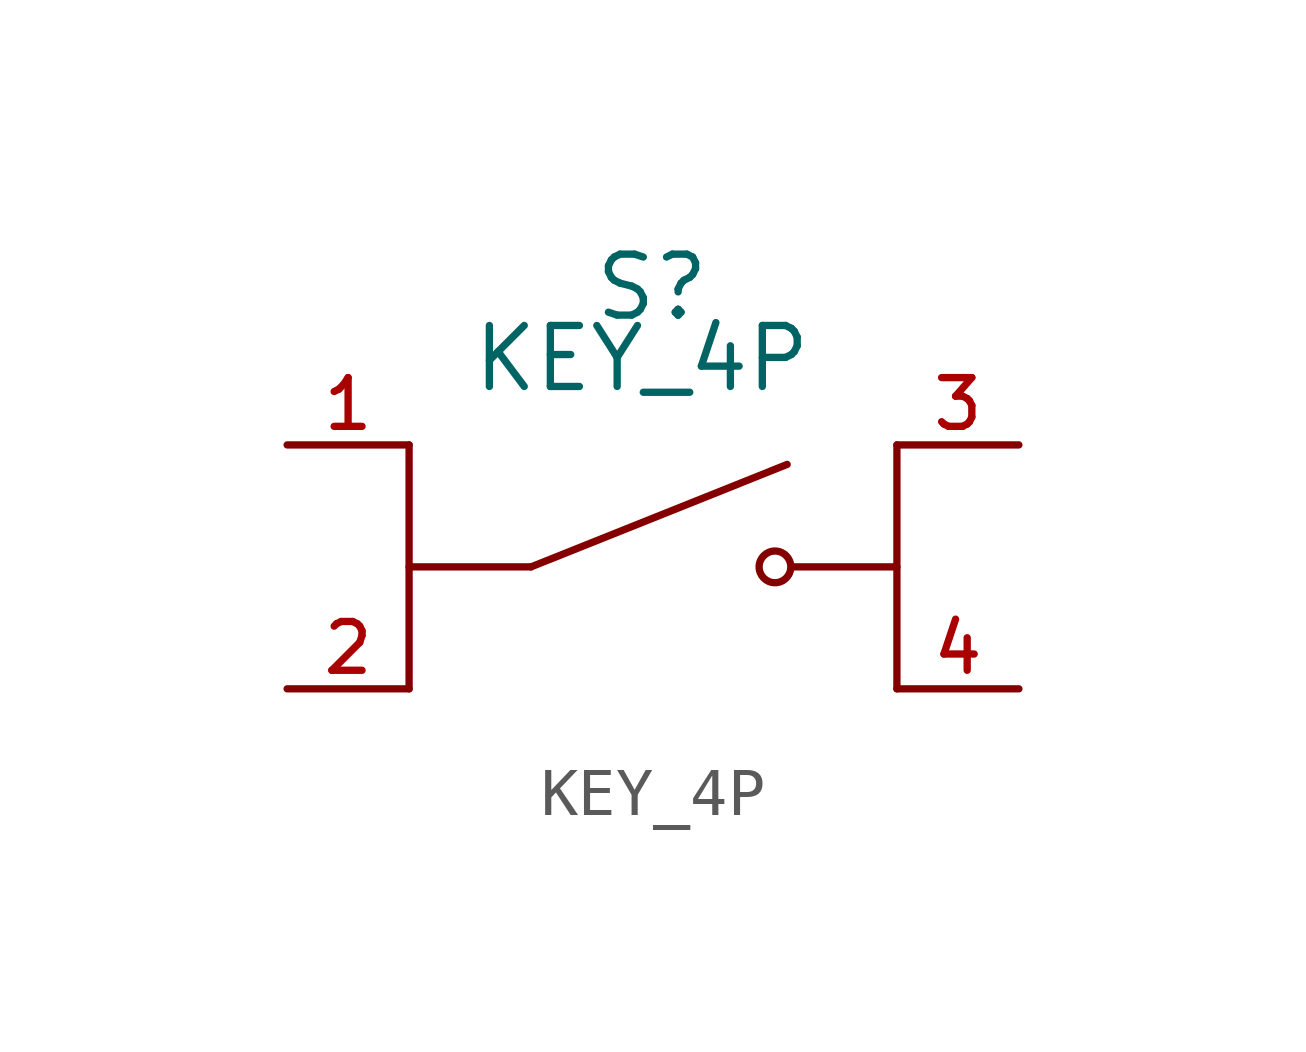
<source format=kicad_sym>
(kicad_symbol_lib
  (version 20211014)
  (generator kicad_symbol_editor)
  (symbol "KEY_4P"
    (pin_names
      (offset 1.016))
    (property "Reference" "S"
      (at -1.27 5.08 0)
      (effects (font (size 1.27 1.27)) (justify left bottom)))
    (property "Value" "KEY_4P"
      (at -3.81 5.08 0)
      (effects (font (size 1.27 1.27)) (justify left top)))
    (symbol "KEY_4P_0_0"
      (polyline (pts (xy -5.08 2.54) (xy -5.08 -2.54)) (stroke (width 0.152) (type default) (color 0 0 0 0)) (fill (type none)))
      (polyline (pts (xy -2.54 0) (xy -5.08 0)) (stroke (width 0.152) (type default) (color 0 0 0 0)) (fill (type none)))
      (polyline (pts (xy -2.54 0) (xy 2.794 2.134)) (stroke (width 0.152) (type default) (color 0 0 0 0)) (fill (type none)))
      (polyline (pts (xy 5.08 0) (xy 2.921 0)) (stroke (width 0.152) (type default) (color 0 0 0 0)) (fill (type none)))
      (polyline (pts (xy 5.08 2.54) (xy 5.08 -2.54)) (stroke (width 0.152) (type default) (color 0 0 0 0)) (fill (type none)))
      (circle (center 2.54 0) (radius 0.33) (stroke (width 0.152) (type default) (color 0 0 0 0)) (fill (type none)))
      (pin passive line (at -7.62 2.54 0) (length 2.54) (name "~" (effects (font (size 1.016 1.016)))) (number "1" (effects (font (size 1.016 1.016)))))
      (pin passive line (at -7.62 -2.54 0) (length 2.54) (name "~" (effects (font (size 1.016 1.016)))) (number "2" (effects (font (size 1.016 1.016)))))
      (pin passive line (at 7.62 2.54 180) (length 2.54) (name "~" (effects (font (size 1.016 1.016)))) (number "3" (effects (font (size 1.016 1.016)))))
      (pin passive line (at 7.62 -2.54 180) (length 2.54) (name "~" (effects (font (size 1.016 1.016)))) (number "4" (effects (font (size 1.016 1.016))))))))
</source>
